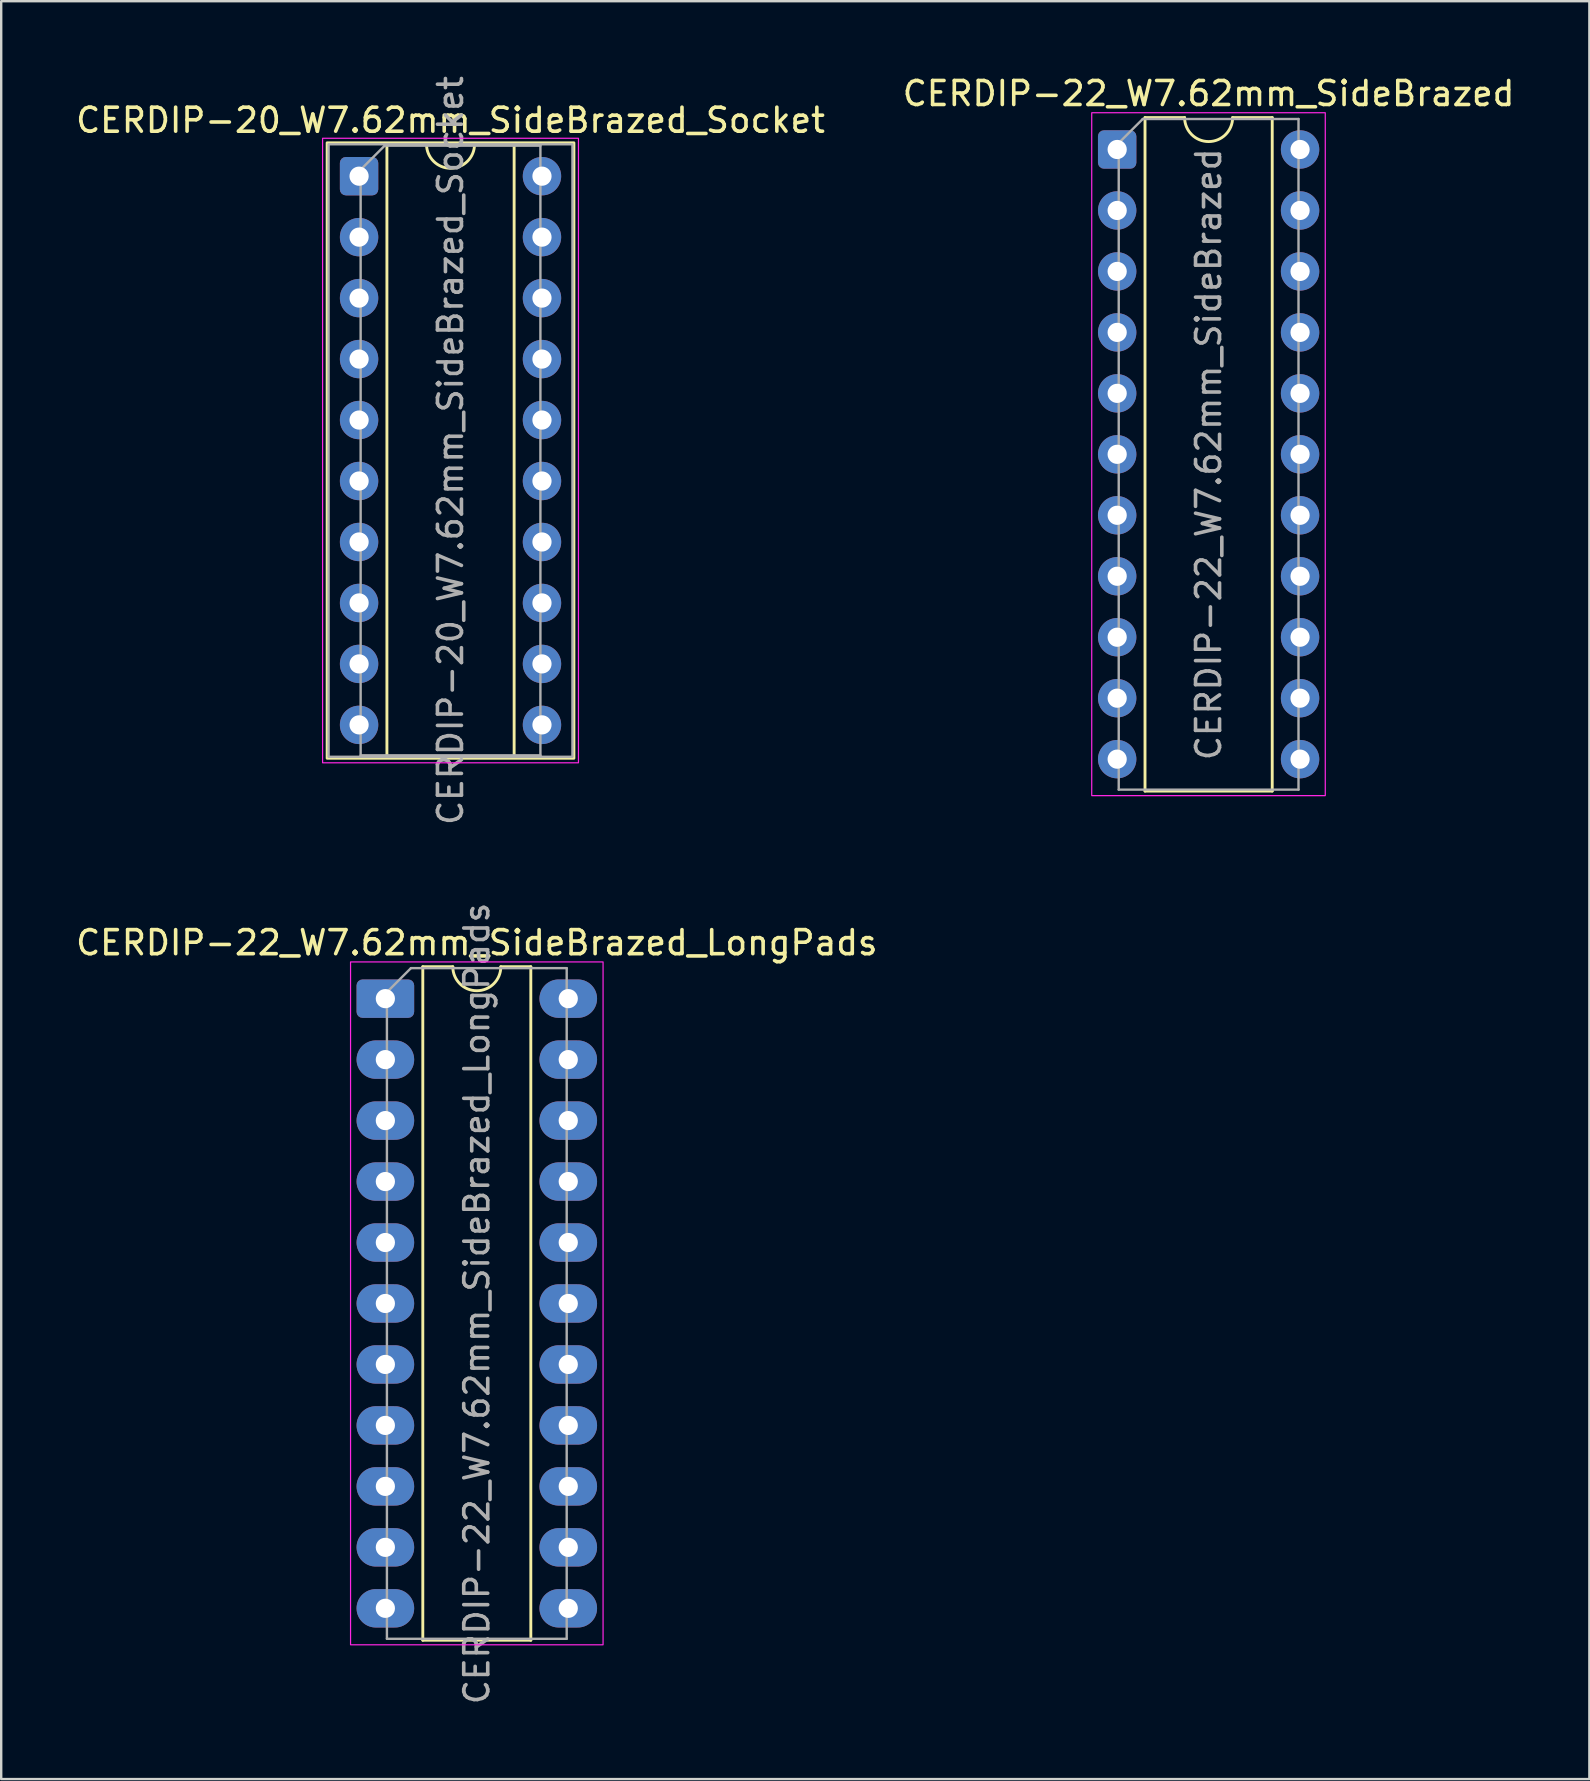
<source format=kicad_pcb>
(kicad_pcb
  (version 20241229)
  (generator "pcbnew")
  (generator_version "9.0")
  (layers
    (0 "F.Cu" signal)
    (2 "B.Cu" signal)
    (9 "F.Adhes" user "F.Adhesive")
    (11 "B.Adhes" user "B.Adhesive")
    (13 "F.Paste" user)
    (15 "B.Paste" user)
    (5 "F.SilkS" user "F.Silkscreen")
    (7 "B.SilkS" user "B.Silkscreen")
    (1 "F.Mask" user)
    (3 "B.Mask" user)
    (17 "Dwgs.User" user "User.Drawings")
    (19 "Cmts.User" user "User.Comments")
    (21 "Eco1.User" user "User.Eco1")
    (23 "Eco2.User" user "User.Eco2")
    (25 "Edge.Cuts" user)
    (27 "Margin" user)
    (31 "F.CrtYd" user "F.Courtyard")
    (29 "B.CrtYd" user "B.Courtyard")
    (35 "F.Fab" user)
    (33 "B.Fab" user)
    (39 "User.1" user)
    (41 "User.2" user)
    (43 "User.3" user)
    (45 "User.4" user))
  (footprint "CERDIP-22_W7.62mm_SideBrazed_LongPads"
    (layer "F.Cu")
    (at 13.005 38.556)
    (property "Reference" "CERDIP-22_W7.62mm_SideBrazed_LongPads" (at 3.81 -2.33 0) (layer "F.SilkS") (effects (font (size 1 1) (thickness 0.15))))
    (attr through_hole)
    (fp_line (start 1.56 -1.33) (end 1.56 26.73) (stroke (width 0.12) (type solid)) (layer "F.SilkS"))
    (fp_line (start 1.56 26.73) (end 6.06 26.73) (stroke (width 0.12) (type solid)) (layer "F.SilkS"))
    (fp_line (start 2.81 -1.33) (end 1.56 -1.33) (stroke (width 0.12) (type solid)) (layer "F.SilkS"))
    (fp_line (start 6.06 -1.33) (end 4.81 -1.33) (stroke (width 0.12) (type solid)) (layer "F.SilkS"))
    (fp_line (start 6.06 26.73) (end 6.06 -1.33) (stroke (width 0.12) (type solid)) (layer "F.SilkS"))
    (fp_arc (start 4.81 -1.33) (mid 3.81 -0.33) (end 2.81 -1.33) (stroke (width 0.12) (type solid)) (layer "F.SilkS"))
    (fp_rect (start -1.45 -1.53) (end 9.07 26.92) (stroke (width 0.05) (type solid)) (fill no) (layer "F.CrtYd"))
    (fp_line (start 0.065 -0.27) (end 1.065 -1.27) (stroke (width 0.1) (type solid)) (layer "F.Fab"))
    (fp_line (start 0.065 26.67) (end 0.065 -0.27) (stroke (width 0.1) (type solid)) (layer "F.Fab"))
    (fp_line (start 1.065 -1.27) (end 7.555 -1.27) (stroke (width 0.1) (type solid)) (layer "F.Fab"))
    (fp_line (start 7.555 -1.27) (end 7.555 26.67) (stroke (width 0.1) (type solid)) (layer "F.Fab"))
    (fp_line (start 7.555 26.67) (end 0.065 26.67) (stroke (width 0.1) (type solid)) (layer "F.Fab"))
    (fp_text user "${REFERENCE}" (at 3.81 12.7 90) (layer "F.Fab") (effects (font (size 1 1) (thickness 0.15))))
    (pad "1" thru_hole roundrect (at 0 0) (size 2.4 1.6) (drill 0.8) (layers "*.Cu" "*.Mask") (roundrect_rratio 0.156))
    (pad "2" thru_hole oval (at 0 2.54) (size 2.4 1.6) (drill 0.8) (layers "*.Cu" "*.Mask"))
    (pad "3" thru_hole oval (at 0 5.08) (size 2.4 1.6) (drill 0.8) (layers "*.Cu" "*.Mask"))
    (pad "4" thru_hole oval (at 0 7.62) (size 2.4 1.6) (drill 0.8) (layers "*.Cu" "*.Mask"))
    (pad "5" thru_hole oval (at 0 10.16) (size 2.4 1.6) (drill 0.8) (layers "*.Cu" "*.Mask"))
    (pad "6" thru_hole oval (at 0 12.7) (size 2.4 1.6) (drill 0.8) (layers "*.Cu" "*.Mask"))
    (pad "7" thru_hole oval (at 0 15.24) (size 2.4 1.6) (drill 0.8) (layers "*.Cu" "*.Mask"))
    (pad "8" thru_hole oval (at 0 17.78) (size 2.4 1.6) (drill 0.8) (layers "*.Cu" "*.Mask"))
    (pad "9" thru_hole oval (at 0 20.32) (size 2.4 1.6) (drill 0.8) (layers "*.Cu" "*.Mask"))
    (pad "10" thru_hole oval (at 0 22.86) (size 2.4 1.6) (drill 0.8) (layers "*.Cu" "*.Mask"))
    (pad "11" thru_hole oval (at 0 25.4) (size 2.4 1.6) (drill 0.8) (layers "*.Cu" "*.Mask"))
    (pad "12" thru_hole oval (at 7.62 25.4) (size 2.4 1.6) (drill 0.8) (layers "*.Cu" "*.Mask"))
    (pad "13" thru_hole oval (at 7.62 22.86) (size 2.4 1.6) (drill 0.8) (layers "*.Cu" "*.Mask"))
    (pad "14" thru_hole oval (at 7.62 20.32) (size 2.4 1.6) (drill 0.8) (layers "*.Cu" "*.Mask"))
    (pad "15" thru_hole oval (at 7.62 17.78) (size 2.4 1.6) (drill 0.8) (layers "*.Cu" "*.Mask"))
    (pad "16" thru_hole oval (at 7.62 15.24) (size 2.4 1.6) (drill 0.8) (layers "*.Cu" "*.Mask"))
    (pad "17" thru_hole oval (at 7.62 12.7) (size 2.4 1.6) (drill 0.8) (layers "*.Cu" "*.Mask"))
    (pad "18" thru_hole oval (at 7.62 10.16) (size 2.4 1.6) (drill 0.8) (layers "*.Cu" "*.Mask"))
    (pad "19" thru_hole oval (at 7.62 7.62) (size 2.4 1.6) (drill 0.8) (layers "*.Cu" "*.Mask"))
    (pad "20" thru_hole oval (at 7.62 5.08) (size 2.4 1.6) (drill 0.8) (layers "*.Cu" "*.Mask"))
    (pad "21" thru_hole oval (at 7.62 2.54) (size 2.4 1.6) (drill 0.8) (layers "*.Cu" "*.Mask"))
    (pad "22" thru_hole oval (at 7.62 0) (size 2.4 1.6) (drill 0.8) (layers "*.Cu" "*.Mask")))
  (footprint "CERDIP-22_W7.62mm_SideBrazed"
    (layer "F.Cu")
    (at 43.494 3.178)
    (property "Reference" "CERDIP-22_W7.62mm_SideBrazed" (at 3.81 -2.33 0) (layer "F.SilkS") (effects (font (size 1 1) (thickness 0.15))))
    (attr through_hole)
    (fp_line (start 1.16 -1.33) (end 1.16 26.73) (stroke (width 0.12) (type solid)) (layer "F.SilkS"))
    (fp_line (start 1.16 26.73) (end 6.46 26.73) (stroke (width 0.12) (type solid)) (layer "F.SilkS"))
    (fp_line (start 2.81 -1.33) (end 1.16 -1.33) (stroke (width 0.12) (type solid)) (layer "F.SilkS"))
    (fp_line (start 6.46 -1.33) (end 4.81 -1.33) (stroke (width 0.12) (type solid)) (layer "F.SilkS"))
    (fp_line (start 6.46 26.73) (end 6.46 -1.33) (stroke (width 0.12) (type solid)) (layer "F.SilkS"))
    (fp_arc (start 4.81 -1.33) (mid 3.81 -0.33) (end 2.81 -1.33) (stroke (width 0.12) (type solid)) (layer "F.SilkS"))
    (fp_rect (start -1.06 -1.53) (end 8.67 26.92) (stroke (width 0.05) (type solid)) (fill no) (layer "F.CrtYd"))
    (fp_line (start 0.065 -0.27) (end 1.065 -1.27) (stroke (width 0.1) (type solid)) (layer "F.Fab"))
    (fp_line (start 0.065 26.67) (end 0.065 -0.27) (stroke (width 0.1) (type solid)) (layer "F.Fab"))
    (fp_line (start 1.065 -1.27) (end 7.555 -1.27) (stroke (width 0.1) (type solid)) (layer "F.Fab"))
    (fp_line (start 7.555 -1.27) (end 7.555 26.67) (stroke (width 0.1) (type solid)) (layer "F.Fab"))
    (fp_line (start 7.555 26.67) (end 0.065 26.67) (stroke (width 0.1) (type solid)) (layer "F.Fab"))
    (fp_text user "${REFERENCE}" (at 3.81 12.7 90) (layer "F.Fab") (effects (font (size 1 1) (thickness 0.15))))
    (pad "1" thru_hole roundrect (at 0 0) (size 1.6 1.6) (drill 0.8) (layers "*.Cu" "*.Mask") (roundrect_rratio 0.156))
    (pad "2" thru_hole circle (at 0 2.54) (size 1.6 1.6) (drill 0.8) (layers "*.Cu" "*.Mask"))
    (pad "3" thru_hole circle (at 0 5.08) (size 1.6 1.6) (drill 0.8) (layers "*.Cu" "*.Mask"))
    (pad "4" thru_hole circle (at 0 7.62) (size 1.6 1.6) (drill 0.8) (layers "*.Cu" "*.Mask"))
    (pad "5" thru_hole circle (at 0 10.16) (size 1.6 1.6) (drill 0.8) (layers "*.Cu" "*.Mask"))
    (pad "6" thru_hole circle (at 0 12.7) (size 1.6 1.6) (drill 0.8) (layers "*.Cu" "*.Mask"))
    (pad "7" thru_hole circle (at 0 15.24) (size 1.6 1.6) (drill 0.8) (layers "*.Cu" "*.Mask"))
    (pad "8" thru_hole circle (at 0 17.78) (size 1.6 1.6) (drill 0.8) (layers "*.Cu" "*.Mask"))
    (pad "9" thru_hole circle (at 0 20.32) (size 1.6 1.6) (drill 0.8) (layers "*.Cu" "*.Mask"))
    (pad "10" thru_hole circle (at 0 22.86) (size 1.6 1.6) (drill 0.8) (layers "*.Cu" "*.Mask"))
    (pad "11" thru_hole circle (at 0 25.4) (size 1.6 1.6) (drill 0.8) (layers "*.Cu" "*.Mask"))
    (pad "12" thru_hole circle (at 7.62 25.4) (size 1.6 1.6) (drill 0.8) (layers "*.Cu" "*.Mask"))
    (pad "13" thru_hole circle (at 7.62 22.86) (size 1.6 1.6) (drill 0.8) (layers "*.Cu" "*.Mask"))
    (pad "14" thru_hole circle (at 7.62 20.32) (size 1.6 1.6) (drill 0.8) (layers "*.Cu" "*.Mask"))
    (pad "15" thru_hole circle (at 7.62 17.78) (size 1.6 1.6) (drill 0.8) (layers "*.Cu" "*.Mask"))
    (pad "16" thru_hole circle (at 7.62 15.24) (size 1.6 1.6) (drill 0.8) (layers "*.Cu" "*.Mask"))
    (pad "17" thru_hole circle (at 7.62 12.7) (size 1.6 1.6) (drill 0.8) (layers "*.Cu" "*.Mask"))
    (pad "18" thru_hole circle (at 7.62 10.16) (size 1.6 1.6) (drill 0.8) (layers "*.Cu" "*.Mask"))
    (pad "19" thru_hole circle (at 7.62 7.62) (size 1.6 1.6) (drill 0.8) (layers "*.Cu" "*.Mask"))
    (pad "20" thru_hole circle (at 7.62 5.08) (size 1.6 1.6) (drill 0.8) (layers "*.Cu" "*.Mask"))
    (pad "21" thru_hole circle (at 7.62 2.54) (size 1.6 1.6) (drill 0.8) (layers "*.Cu" "*.Mask"))
    (pad "22" thru_hole circle (at 7.62 0) (size 1.6 1.6) (drill 0.8) (layers "*.Cu" "*.Mask")))
  (footprint "CERDIP-20_W7.62mm_SideBrazed_Socket"
    (layer "F.Cu")
    (at 11.91 4.29)
    (property "Reference" "CERDIP-20_W7.62mm_SideBrazed_Socket" (at 3.81 -2.33 0) (layer "F.SilkS") (effects (font (size 1 1) (thickness 0.15))))
    (attr through_hole)
    (fp_line (start 1.16 -1.33) (end 1.16 24.19) (stroke (width 0.12) (type solid)) (layer "F.SilkS"))
    (fp_line (start 1.16 24.19) (end 6.46 24.19) (stroke (width 0.12) (type solid)) (layer "F.SilkS"))
    (fp_line (start 2.81 -1.33) (end 1.16 -1.33) (stroke (width 0.12) (type solid)) (layer "F.SilkS"))
    (fp_line (start 6.46 -1.33) (end 4.81 -1.33) (stroke (width 0.12) (type solid)) (layer "F.SilkS"))
    (fp_line (start 6.46 24.19) (end 6.46 -1.33) (stroke (width 0.12) (type solid)) (layer "F.SilkS"))
    (fp_rect (start -1.33 -1.39) (end 8.95 24.25) (stroke (width 0.12) (type solid)) (fill no) (layer "F.SilkS"))
    (fp_arc (start 4.81 -1.33) (mid 3.81 -0.33) (end 2.81 -1.33) (stroke (width 0.12) (type solid)) (layer "F.SilkS"))
    (fp_rect (start -1.52 -1.58) (end 9.14 24.44) (stroke (width 0.05) (type solid)) (fill no) (layer "F.CrtYd"))
    (fp_line (start 0.065 -0.27) (end 1.065 -1.27) (stroke (width 0.1) (type solid)) (layer "F.Fab"))
    (fp_line (start 0.065 24.13) (end 0.065 -0.27) (stroke (width 0.1) (type solid)) (layer "F.Fab"))
    (fp_line (start 1.065 -1.27) (end 7.555 -1.27) (stroke (width 0.1) (type solid)) (layer "F.Fab"))
    (fp_line (start 7.555 -1.27) (end 7.555 24.13) (stroke (width 0.1) (type solid)) (layer "F.Fab"))
    (fp_line (start 7.555 24.13) (end 0.065 24.13) (stroke (width 0.1) (type solid)) (layer "F.Fab"))
    (fp_rect (start -1.27 -1.33) (end 8.89 24.19) (stroke (width 0.1) (type solid)) (fill no) (layer "F.Fab"))
    (fp_text user "${REFERENCE}" (at 3.81 11.43 90) (layer "F.Fab") (effects (font (size 1 1) (thickness 0.15))))
    (pad "1" thru_hole roundrect (at 0 0) (size 1.6 1.6) (drill 0.8) (layers "*.Cu" "*.Mask") (roundrect_rratio 0.156))
    (pad "2" thru_hole circle (at 0 2.54) (size 1.6 1.6) (drill 0.8) (layers "*.Cu" "*.Mask"))
    (pad "3" thru_hole circle (at 0 5.08) (size 1.6 1.6) (drill 0.8) (layers "*.Cu" "*.Mask"))
    (pad "4" thru_hole circle (at 0 7.62) (size 1.6 1.6) (drill 0.8) (layers "*.Cu" "*.Mask"))
    (pad "5" thru_hole circle (at 0 10.16) (size 1.6 1.6) (drill 0.8) (layers "*.Cu" "*.Mask"))
    (pad "6" thru_hole circle (at 0 12.7) (size 1.6 1.6) (drill 0.8) (layers "*.Cu" "*.Mask"))
    (pad "7" thru_hole circle (at 0 15.24) (size 1.6 1.6) (drill 0.8) (layers "*.Cu" "*.Mask"))
    (pad "8" thru_hole circle (at 0 17.78) (size 1.6 1.6) (drill 0.8) (layers "*.Cu" "*.Mask"))
    (pad "9" thru_hole circle (at 0 20.32) (size 1.6 1.6) (drill 0.8) (layers "*.Cu" "*.Mask"))
    (pad "10" thru_hole circle (at 0 22.86) (size 1.6 1.6) (drill 0.8) (layers "*.Cu" "*.Mask"))
    (pad "11" thru_hole circle (at 7.62 22.86) (size 1.6 1.6) (drill 0.8) (layers "*.Cu" "*.Mask"))
    (pad "12" thru_hole circle (at 7.62 20.32) (size 1.6 1.6) (drill 0.8) (layers "*.Cu" "*.Mask"))
    (pad "13" thru_hole circle (at 7.62 17.78) (size 1.6 1.6) (drill 0.8) (layers "*.Cu" "*.Mask"))
    (pad "14" thru_hole circle (at 7.62 15.24) (size 1.6 1.6) (drill 0.8) (layers "*.Cu" "*.Mask"))
    (pad "15" thru_hole circle (at 7.62 12.7) (size 1.6 1.6) (drill 0.8) (layers "*.Cu" "*.Mask"))
    (pad "16" thru_hole circle (at 7.62 10.16) (size 1.6 1.6) (drill 0.8) (layers "*.Cu" "*.Mask"))
    (pad "17" thru_hole circle (at 7.62 7.62) (size 1.6 1.6) (drill 0.8) (layers "*.Cu" "*.Mask"))
    (pad "18" thru_hole circle (at 7.62 5.08) (size 1.6 1.6) (drill 0.8) (layers "*.Cu" "*.Mask"))
    (pad "19" thru_hole circle (at 7.62 2.54) (size 1.6 1.6) (drill 0.8) (layers "*.Cu" "*.Mask"))
    (pad "20" thru_hole circle (at 7.62 0) (size 1.6 1.6) (drill 0.8) (layers "*.Cu" "*.Mask")))
  (gr_rect
    (start -3 -3)
    (end 63.167 71.071)
    (stroke (width 0.1) (type default))
    (fill no)
    (layer "Edge.Cuts")))
</source>
